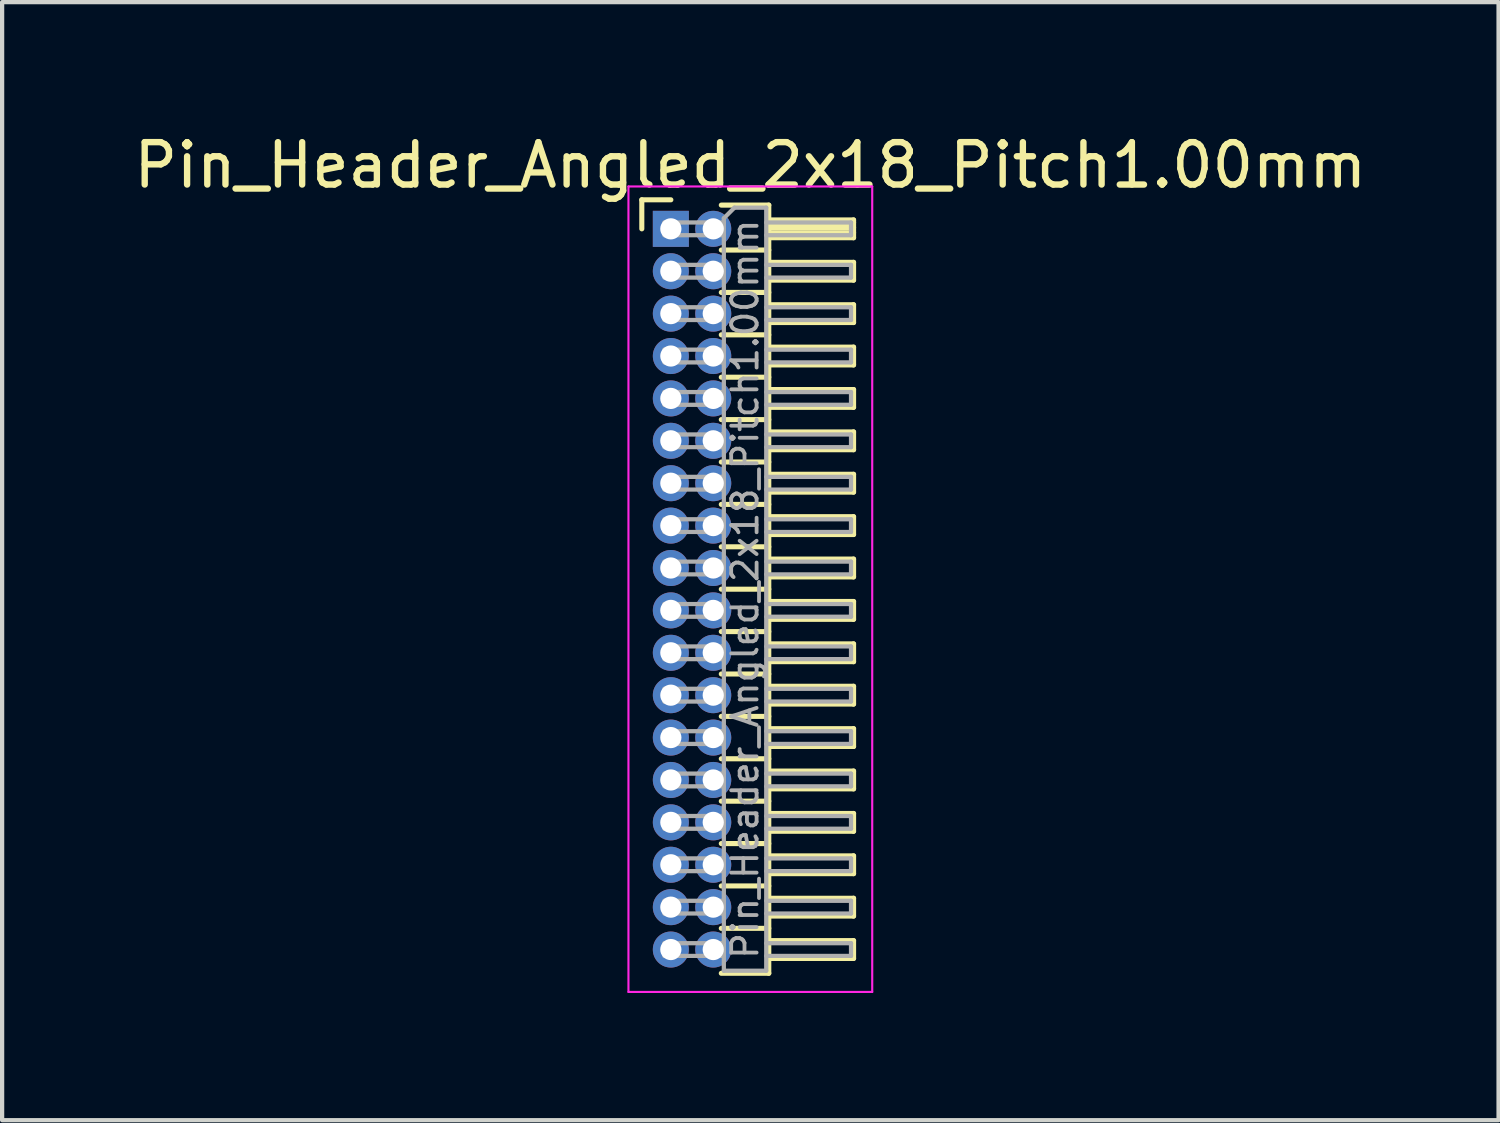
<source format=kicad_pcb>
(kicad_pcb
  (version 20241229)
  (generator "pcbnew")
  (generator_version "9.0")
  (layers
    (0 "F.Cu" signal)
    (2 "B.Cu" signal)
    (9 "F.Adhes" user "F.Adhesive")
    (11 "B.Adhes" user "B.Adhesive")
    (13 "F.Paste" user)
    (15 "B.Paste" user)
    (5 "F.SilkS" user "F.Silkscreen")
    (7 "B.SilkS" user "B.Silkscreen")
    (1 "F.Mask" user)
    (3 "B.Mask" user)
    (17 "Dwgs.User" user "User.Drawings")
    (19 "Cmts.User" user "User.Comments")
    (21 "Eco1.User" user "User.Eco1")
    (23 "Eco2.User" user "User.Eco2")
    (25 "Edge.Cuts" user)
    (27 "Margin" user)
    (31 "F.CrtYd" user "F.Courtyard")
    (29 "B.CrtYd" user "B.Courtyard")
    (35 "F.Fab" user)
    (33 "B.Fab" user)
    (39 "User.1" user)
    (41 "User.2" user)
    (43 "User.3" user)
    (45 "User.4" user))
  (footprint "Pin_Header_Angled_2x18_Pitch1.00mm"
    (layer "F.Cu")
    (at 12.774 2.348)
    (property "Reference" "Pin_Header_Angled_2x18_Pitch1.00mm" (at 1.875 -1.5 0) (layer "F.SilkS") (effects (font (size 1 1) (thickness 0.15))))
    (attr through_hole)
    (fp_line (start -0.685 -0.685) (end 0 -0.685) (stroke (width 0.12) (type solid)) (layer "F.SilkS"))
    (fp_line (start -0.685 0) (end -0.685 -0.685) (stroke (width 0.12) (type solid)) (layer "F.SilkS"))
    (fp_line (start 1.19 -0.56) (end 2.31 -0.56) (stroke (width 0.12) (type solid)) (layer "F.SilkS"))
    (fp_line (start 1.19 0.5) (end 2.31 0.5) (stroke (width 0.12) (type solid)) (layer "F.SilkS"))
    (fp_line (start 1.19 1.5) (end 2.31 1.5) (stroke (width 0.12) (type solid)) (layer "F.SilkS"))
    (fp_line (start 1.19 2.5) (end 2.31 2.5) (stroke (width 0.12) (type solid)) (layer "F.SilkS"))
    (fp_line (start 1.19 3.5) (end 2.31 3.5) (stroke (width 0.12) (type solid)) (layer "F.SilkS"))
    (fp_line (start 1.19 4.5) (end 2.31 4.5) (stroke (width 0.12) (type solid)) (layer "F.SilkS"))
    (fp_line (start 1.19 5.5) (end 2.31 5.5) (stroke (width 0.12) (type solid)) (layer "F.SilkS"))
    (fp_line (start 1.19 6.5) (end 2.31 6.5) (stroke (width 0.12) (type solid)) (layer "F.SilkS"))
    (fp_line (start 1.19 7.5) (end 2.31 7.5) (stroke (width 0.12) (type solid)) (layer "F.SilkS"))
    (fp_line (start 1.19 8.5) (end 2.31 8.5) (stroke (width 0.12) (type solid)) (layer "F.SilkS"))
    (fp_line (start 1.19 9.5) (end 2.31 9.5) (stroke (width 0.12) (type solid)) (layer "F.SilkS"))
    (fp_line (start 1.19 10.5) (end 2.31 10.5) (stroke (width 0.12) (type solid)) (layer "F.SilkS"))
    (fp_line (start 1.19 11.5) (end 2.31 11.5) (stroke (width 0.12) (type solid)) (layer "F.SilkS"))
    (fp_line (start 1.19 12.5) (end 2.31 12.5) (stroke (width 0.12) (type solid)) (layer "F.SilkS"))
    (fp_line (start 1.19 13.5) (end 2.31 13.5) (stroke (width 0.12) (type solid)) (layer "F.SilkS"))
    (fp_line (start 1.19 14.5) (end 2.31 14.5) (stroke (width 0.12) (type solid)) (layer "F.SilkS"))
    (fp_line (start 1.19 15.5) (end 2.31 15.5) (stroke (width 0.12) (type solid)) (layer "F.SilkS"))
    (fp_line (start 1.19 16.5) (end 2.31 16.5) (stroke (width 0.12) (type solid)) (layer "F.SilkS"))
    (fp_line (start 2.31 -0.56) (end 2.31 17.56) (stroke (width 0.12) (type solid)) (layer "F.SilkS"))
    (fp_line (start 2.31 -0.21) (end 4.31 -0.21) (stroke (width 0.12) (type solid)) (layer "F.SilkS"))
    (fp_line (start 2.31 -0.15) (end 4.31 -0.15) (stroke (width 0.12) (type solid)) (layer "F.SilkS"))
    (fp_line (start 2.31 -0.03) (end 4.31 -0.03) (stroke (width 0.12) (type solid)) (layer "F.SilkS"))
    (fp_line (start 2.31 0.09) (end 4.31 0.09) (stroke (width 0.12) (type solid)) (layer "F.SilkS"))
    (fp_line (start 2.31 0.79) (end 4.31 0.79) (stroke (width 0.12) (type solid)) (layer "F.SilkS"))
    (fp_line (start 2.31 1.79) (end 4.31 1.79) (stroke (width 0.12) (type solid)) (layer "F.SilkS"))
    (fp_line (start 2.31 2.79) (end 4.31 2.79) (stroke (width 0.12) (type solid)) (layer "F.SilkS"))
    (fp_line (start 2.31 3.79) (end 4.31 3.79) (stroke (width 0.12) (type solid)) (layer "F.SilkS"))
    (fp_line (start 2.31 4.79) (end 4.31 4.79) (stroke (width 0.12) (type solid)) (layer "F.SilkS"))
    (fp_line (start 2.31 5.79) (end 4.31 5.79) (stroke (width 0.12) (type solid)) (layer "F.SilkS"))
    (fp_line (start 2.31 6.79) (end 4.31 6.79) (stroke (width 0.12) (type solid)) (layer "F.SilkS"))
    (fp_line (start 2.31 7.79) (end 4.31 7.79) (stroke (width 0.12) (type solid)) (layer "F.SilkS"))
    (fp_line (start 2.31 8.79) (end 4.31 8.79) (stroke (width 0.12) (type solid)) (layer "F.SilkS"))
    (fp_line (start 2.31 9.79) (end 4.31 9.79) (stroke (width 0.12) (type solid)) (layer "F.SilkS"))
    (fp_line (start 2.31 10.79) (end 4.31 10.79) (stroke (width 0.12) (type solid)) (layer "F.SilkS"))
    (fp_line (start 2.31 11.79) (end 4.31 11.79) (stroke (width 0.12) (type solid)) (layer "F.SilkS"))
    (fp_line (start 2.31 12.79) (end 4.31 12.79) (stroke (width 0.12) (type solid)) (layer "F.SilkS"))
    (fp_line (start 2.31 13.79) (end 4.31 13.79) (stroke (width 0.12) (type solid)) (layer "F.SilkS"))
    (fp_line (start 2.31 14.79) (end 4.31 14.79) (stroke (width 0.12) (type solid)) (layer "F.SilkS"))
    (fp_line (start 2.31 15.79) (end 4.31 15.79) (stroke (width 0.12) (type solid)) (layer "F.SilkS"))
    (fp_line (start 2.31 16.79) (end 4.31 16.79) (stroke (width 0.12) (type solid)) (layer "F.SilkS"))
    (fp_line (start 2.31 17.56) (end 1.19 17.56) (stroke (width 0.12) (type solid)) (layer "F.SilkS"))
    (fp_line (start 4.31 -0.21) (end 4.31 0.21) (stroke (width 0.12) (type solid)) (layer "F.SilkS"))
    (fp_line (start 4.31 0.21) (end 2.31 0.21) (stroke (width 0.12) (type solid)) (layer "F.SilkS"))
    (fp_line (start 4.31 0.79) (end 4.31 1.21) (stroke (width 0.12) (type solid)) (layer "F.SilkS"))
    (fp_line (start 4.31 1.21) (end 2.31 1.21) (stroke (width 0.12) (type solid)) (layer "F.SilkS"))
    (fp_line (start 4.31 1.79) (end 4.31 2.21) (stroke (width 0.12) (type solid)) (layer "F.SilkS"))
    (fp_line (start 4.31 2.21) (end 2.31 2.21) (stroke (width 0.12) (type solid)) (layer "F.SilkS"))
    (fp_line (start 4.31 2.79) (end 4.31 3.21) (stroke (width 0.12) (type solid)) (layer "F.SilkS"))
    (fp_line (start 4.31 3.21) (end 2.31 3.21) (stroke (width 0.12) (type solid)) (layer "F.SilkS"))
    (fp_line (start 4.31 3.79) (end 4.31 4.21) (stroke (width 0.12) (type solid)) (layer "F.SilkS"))
    (fp_line (start 4.31 4.21) (end 2.31 4.21) (stroke (width 0.12) (type solid)) (layer "F.SilkS"))
    (fp_line (start 4.31 4.79) (end 4.31 5.21) (stroke (width 0.12) (type solid)) (layer "F.SilkS"))
    (fp_line (start 4.31 5.21) (end 2.31 5.21) (stroke (width 0.12) (type solid)) (layer "F.SilkS"))
    (fp_line (start 4.31 5.79) (end 4.31 6.21) (stroke (width 0.12) (type solid)) (layer "F.SilkS"))
    (fp_line (start 4.31 6.21) (end 2.31 6.21) (stroke (width 0.12) (type solid)) (layer "F.SilkS"))
    (fp_line (start 4.31 6.79) (end 4.31 7.21) (stroke (width 0.12) (type solid)) (layer "F.SilkS"))
    (fp_line (start 4.31 7.21) (end 2.31 7.21) (stroke (width 0.12) (type solid)) (layer "F.SilkS"))
    (fp_line (start 4.31 7.79) (end 4.31 8.21) (stroke (width 0.12) (type solid)) (layer "F.SilkS"))
    (fp_line (start 4.31 8.21) (end 2.31 8.21) (stroke (width 0.12) (type solid)) (layer "F.SilkS"))
    (fp_line (start 4.31 8.79) (end 4.31 9.21) (stroke (width 0.12) (type solid)) (layer "F.SilkS"))
    (fp_line (start 4.31 9.21) (end 2.31 9.21) (stroke (width 0.12) (type solid)) (layer "F.SilkS"))
    (fp_line (start 4.31 9.79) (end 4.31 10.21) (stroke (width 0.12) (type solid)) (layer "F.SilkS"))
    (fp_line (start 4.31 10.21) (end 2.31 10.21) (stroke (width 0.12) (type solid)) (layer "F.SilkS"))
    (fp_line (start 4.31 10.79) (end 4.31 11.21) (stroke (width 0.12) (type solid)) (layer "F.SilkS"))
    (fp_line (start 4.31 11.21) (end 2.31 11.21) (stroke (width 0.12) (type solid)) (layer "F.SilkS"))
    (fp_line (start 4.31 11.79) (end 4.31 12.21) (stroke (width 0.12) (type solid)) (layer "F.SilkS"))
    (fp_line (start 4.31 12.21) (end 2.31 12.21) (stroke (width 0.12) (type solid)) (layer "F.SilkS"))
    (fp_line (start 4.31 12.79) (end 4.31 13.21) (stroke (width 0.12) (type solid)) (layer "F.SilkS"))
    (fp_line (start 4.31 13.21) (end 2.31 13.21) (stroke (width 0.12) (type solid)) (layer "F.SilkS"))
    (fp_line (start 4.31 13.79) (end 4.31 14.21) (stroke (width 0.12) (type solid)) (layer "F.SilkS"))
    (fp_line (start 4.31 14.21) (end 2.31 14.21) (stroke (width 0.12) (type solid)) (layer "F.SilkS"))
    (fp_line (start 4.31 14.79) (end 4.31 15.21) (stroke (width 0.12) (type solid)) (layer "F.SilkS"))
    (fp_line (start 4.31 15.21) (end 2.31 15.21) (stroke (width 0.12) (type solid)) (layer "F.SilkS"))
    (fp_line (start 4.31 15.79) (end 4.31 16.21) (stroke (width 0.12) (type solid)) (layer "F.SilkS"))
    (fp_line (start 4.31 16.21) (end 2.31 16.21) (stroke (width 0.12) (type solid)) (layer "F.SilkS"))
    (fp_line (start 4.31 16.79) (end 4.31 17.21) (stroke (width 0.12) (type solid)) (layer "F.SilkS"))
    (fp_line (start 4.31 17.21) (end 2.31 17.21) (stroke (width 0.12) (type solid)) (layer "F.SilkS"))
    (fp_line (start -1 -1) (end -1 18) (stroke (width 0.05) (type solid)) (layer "F.CrtYd"))
    (fp_line (start -1 18) (end 4.75 18) (stroke (width 0.05) (type solid)) (layer "F.CrtYd"))
    (fp_line (start 4.75 -1) (end -1 -1) (stroke (width 0.05) (type solid)) (layer "F.CrtYd"))
    (fp_line (start 4.75 18) (end 4.75 -1) (stroke (width 0.05) (type solid)) (layer "F.CrtYd"))
    (fp_line (start -0.15 -0.15) (end -0.15 0.15) (stroke (width 0.1) (type solid)) (layer "F.Fab"))
    (fp_line (start -0.15 -0.15) (end 1.25 -0.15) (stroke (width 0.1) (type solid)) (layer "F.Fab"))
    (fp_line (start -0.15 0.15) (end 1.25 0.15) (stroke (width 0.1) (type solid)) (layer "F.Fab"))
    (fp_line (start -0.15 0.85) (end -0.15 1.15) (stroke (width 0.1) (type solid)) (layer "F.Fab"))
    (fp_line (start -0.15 0.85) (end 1.25 0.85) (stroke (width 0.1) (type solid)) (layer "F.Fab"))
    (fp_line (start -0.15 1.15) (end 1.25 1.15) (stroke (width 0.1) (type solid)) (layer "F.Fab"))
    (fp_line (start -0.15 1.85) (end -0.15 2.15) (stroke (width 0.1) (type solid)) (layer "F.Fab"))
    (fp_line (start -0.15 1.85) (end 1.25 1.85) (stroke (width 0.1) (type solid)) (layer "F.Fab"))
    (fp_line (start -0.15 2.15) (end 1.25 2.15) (stroke (width 0.1) (type solid)) (layer "F.Fab"))
    (fp_line (start -0.15 2.85) (end -0.15 3.15) (stroke (width 0.1) (type solid)) (layer "F.Fab"))
    (fp_line (start -0.15 2.85) (end 1.25 2.85) (stroke (width 0.1) (type solid)) (layer "F.Fab"))
    (fp_line (start -0.15 3.15) (end 1.25 3.15) (stroke (width 0.1) (type solid)) (layer "F.Fab"))
    (fp_line (start -0.15 3.85) (end -0.15 4.15) (stroke (width 0.1) (type solid)) (layer "F.Fab"))
    (fp_line (start -0.15 3.85) (end 1.25 3.85) (stroke (width 0.1) (type solid)) (layer "F.Fab"))
    (fp_line (start -0.15 4.15) (end 1.25 4.15) (stroke (width 0.1) (type solid)) (layer "F.Fab"))
    (fp_line (start -0.15 4.85) (end -0.15 5.15) (stroke (width 0.1) (type solid)) (layer "F.Fab"))
    (fp_line (start -0.15 4.85) (end 1.25 4.85) (stroke (width 0.1) (type solid)) (layer "F.Fab"))
    (fp_line (start -0.15 5.15) (end 1.25 5.15) (stroke (width 0.1) (type solid)) (layer "F.Fab"))
    (fp_line (start -0.15 5.85) (end -0.15 6.15) (stroke (width 0.1) (type solid)) (layer "F.Fab"))
    (fp_line (start -0.15 5.85) (end 1.25 5.85) (stroke (width 0.1) (type solid)) (layer "F.Fab"))
    (fp_line (start -0.15 6.15) (end 1.25 6.15) (stroke (width 0.1) (type solid)) (layer "F.Fab"))
    (fp_line (start -0.15 6.85) (end -0.15 7.15) (stroke (width 0.1) (type solid)) (layer "F.Fab"))
    (fp_line (start -0.15 6.85) (end 1.25 6.85) (stroke (width 0.1) (type solid)) (layer "F.Fab"))
    (fp_line (start -0.15 7.15) (end 1.25 7.15) (stroke (width 0.1) (type solid)) (layer "F.Fab"))
    (fp_line (start -0.15 7.85) (end -0.15 8.15) (stroke (width 0.1) (type solid)) (layer "F.Fab"))
    (fp_line (start -0.15 7.85) (end 1.25 7.85) (stroke (width 0.1) (type solid)) (layer "F.Fab"))
    (fp_line (start -0.15 8.15) (end 1.25 8.15) (stroke (width 0.1) (type solid)) (layer "F.Fab"))
    (fp_line (start -0.15 8.85) (end -0.15 9.15) (stroke (width 0.1) (type solid)) (layer "F.Fab"))
    (fp_line (start -0.15 8.85) (end 1.25 8.85) (stroke (width 0.1) (type solid)) (layer "F.Fab"))
    (fp_line (start -0.15 9.15) (end 1.25 9.15) (stroke (width 0.1) (type solid)) (layer "F.Fab"))
    (fp_line (start -0.15 9.85) (end -0.15 10.15) (stroke (width 0.1) (type solid)) (layer "F.Fab"))
    (fp_line (start -0.15 9.85) (end 1.25 9.85) (stroke (width 0.1) (type solid)) (layer "F.Fab"))
    (fp_line (start -0.15 10.15) (end 1.25 10.15) (stroke (width 0.1) (type solid)) (layer "F.Fab"))
    (fp_line (start -0.15 10.85) (end -0.15 11.15) (stroke (width 0.1) (type solid)) (layer "F.Fab"))
    (fp_line (start -0.15 10.85) (end 1.25 10.85) (stroke (width 0.1) (type solid)) (layer "F.Fab"))
    (fp_line (start -0.15 11.15) (end 1.25 11.15) (stroke (width 0.1) (type solid)) (layer "F.Fab"))
    (fp_line (start -0.15 11.85) (end -0.15 12.15) (stroke (width 0.1) (type solid)) (layer "F.Fab"))
    (fp_line (start -0.15 11.85) (end 1.25 11.85) (stroke (width 0.1) (type solid)) (layer "F.Fab"))
    (fp_line (start -0.15 12.15) (end 1.25 12.15) (stroke (width 0.1) (type solid)) (layer "F.Fab"))
    (fp_line (start -0.15 12.85) (end -0.15 13.15) (stroke (width 0.1) (type solid)) (layer "F.Fab"))
    (fp_line (start -0.15 12.85) (end 1.25 12.85) (stroke (width 0.1) (type solid)) (layer "F.Fab"))
    (fp_line (start -0.15 13.15) (end 1.25 13.15) (stroke (width 0.1) (type solid)) (layer "F.Fab"))
    (fp_line (start -0.15 13.85) (end -0.15 14.15) (stroke (width 0.1) (type solid)) (layer "F.Fab"))
    (fp_line (start -0.15 13.85) (end 1.25 13.85) (stroke (width 0.1) (type solid)) (layer "F.Fab"))
    (fp_line (start -0.15 14.15) (end 1.25 14.15) (stroke (width 0.1) (type solid)) (layer "F.Fab"))
    (fp_line (start -0.15 14.85) (end -0.15 15.15) (stroke (width 0.1) (type solid)) (layer "F.Fab"))
    (fp_line (start -0.15 14.85) (end 1.25 14.85) (stroke (width 0.1) (type solid)) (layer "F.Fab"))
    (fp_line (start -0.15 15.15) (end 1.25 15.15) (stroke (width 0.1) (type solid)) (layer "F.Fab"))
    (fp_line (start -0.15 15.85) (end -0.15 16.15) (stroke (width 0.1) (type solid)) (layer "F.Fab"))
    (fp_line (start -0.15 15.85) (end 1.25 15.85) (stroke (width 0.1) (type solid)) (layer "F.Fab"))
    (fp_line (start -0.15 16.15) (end 1.25 16.15) (stroke (width 0.1) (type solid)) (layer "F.Fab"))
    (fp_line (start -0.15 16.85) (end -0.15 17.15) (stroke (width 0.1) (type solid)) (layer "F.Fab"))
    (fp_line (start -0.15 16.85) (end 1.25 16.85) (stroke (width 0.1) (type solid)) (layer "F.Fab"))
    (fp_line (start -0.15 17.15) (end 1.25 17.15) (stroke (width 0.1) (type solid)) (layer "F.Fab"))
    (fp_line (start 1.25 -0.25) (end 1.5 -0.5) (stroke (width 0.1) (type solid)) (layer "F.Fab"))
    (fp_line (start 1.25 17.5) (end 1.25 -0.25) (stroke (width 0.1) (type solid)) (layer "F.Fab"))
    (fp_line (start 1.5 -0.5) (end 2.25 -0.5) (stroke (width 0.1) (type solid)) (layer "F.Fab"))
    (fp_line (start 2.25 -0.5) (end 2.25 17.5) (stroke (width 0.1) (type solid)) (layer "F.Fab"))
    (fp_line (start 2.25 -0.15) (end 4.25 -0.15) (stroke (width 0.1) (type solid)) (layer "F.Fab"))
    (fp_line (start 2.25 0.15) (end 4.25 0.15) (stroke (width 0.1) (type solid)) (layer "F.Fab"))
    (fp_line (start 2.25 0.85) (end 4.25 0.85) (stroke (width 0.1) (type solid)) (layer "F.Fab"))
    (fp_line (start 2.25 1.15) (end 4.25 1.15) (stroke (width 0.1) (type solid)) (layer "F.Fab"))
    (fp_line (start 2.25 1.85) (end 4.25 1.85) (stroke (width 0.1) (type solid)) (layer "F.Fab"))
    (fp_line (start 2.25 2.15) (end 4.25 2.15) (stroke (width 0.1) (type solid)) (layer "F.Fab"))
    (fp_line (start 2.25 2.85) (end 4.25 2.85) (stroke (width 0.1) (type solid)) (layer "F.Fab"))
    (fp_line (start 2.25 3.15) (end 4.25 3.15) (stroke (width 0.1) (type solid)) (layer "F.Fab"))
    (fp_line (start 2.25 3.85) (end 4.25 3.85) (stroke (width 0.1) (type solid)) (layer "F.Fab"))
    (fp_line (start 2.25 4.15) (end 4.25 4.15) (stroke (width 0.1) (type solid)) (layer "F.Fab"))
    (fp_line (start 2.25 4.85) (end 4.25 4.85) (stroke (width 0.1) (type solid)) (layer "F.Fab"))
    (fp_line (start 2.25 5.15) (end 4.25 5.15) (stroke (width 0.1) (type solid)) (layer "F.Fab"))
    (fp_line (start 2.25 5.85) (end 4.25 5.85) (stroke (width 0.1) (type solid)) (layer "F.Fab"))
    (fp_line (start 2.25 6.15) (end 4.25 6.15) (stroke (width 0.1) (type solid)) (layer "F.Fab"))
    (fp_line (start 2.25 6.85) (end 4.25 6.85) (stroke (width 0.1) (type solid)) (layer "F.Fab"))
    (fp_line (start 2.25 7.15) (end 4.25 7.15) (stroke (width 0.1) (type solid)) (layer "F.Fab"))
    (fp_line (start 2.25 7.85) (end 4.25 7.85) (stroke (width 0.1) (type solid)) (layer "F.Fab"))
    (fp_line (start 2.25 8.15) (end 4.25 8.15) (stroke (width 0.1) (type solid)) (layer "F.Fab"))
    (fp_line (start 2.25 8.85) (end 4.25 8.85) (stroke (width 0.1) (type solid)) (layer "F.Fab"))
    (fp_line (start 2.25 9.15) (end 4.25 9.15) (stroke (width 0.1) (type solid)) (layer "F.Fab"))
    (fp_line (start 2.25 9.85) (end 4.25 9.85) (stroke (width 0.1) (type solid)) (layer "F.Fab"))
    (fp_line (start 2.25 10.15) (end 4.25 10.15) (stroke (width 0.1) (type solid)) (layer "F.Fab"))
    (fp_line (start 2.25 10.85) (end 4.25 10.85) (stroke (width 0.1) (type solid)) (layer "F.Fab"))
    (fp_line (start 2.25 11.15) (end 4.25 11.15) (stroke (width 0.1) (type solid)) (layer "F.Fab"))
    (fp_line (start 2.25 11.85) (end 4.25 11.85) (stroke (width 0.1) (type solid)) (layer "F.Fab"))
    (fp_line (start 2.25 12.15) (end 4.25 12.15) (stroke (width 0.1) (type solid)) (layer "F.Fab"))
    (fp_line (start 2.25 12.85) (end 4.25 12.85) (stroke (width 0.1) (type solid)) (layer "F.Fab"))
    (fp_line (start 2.25 13.15) (end 4.25 13.15) (stroke (width 0.1) (type solid)) (layer "F.Fab"))
    (fp_line (start 2.25 13.85) (end 4.25 13.85) (stroke (width 0.1) (type solid)) (layer "F.Fab"))
    (fp_line (start 2.25 14.15) (end 4.25 14.15) (stroke (width 0.1) (type solid)) (layer "F.Fab"))
    (fp_line (start 2.25 14.85) (end 4.25 14.85) (stroke (width 0.1) (type solid)) (layer "F.Fab"))
    (fp_line (start 2.25 15.15) (end 4.25 15.15) (stroke (width 0.1) (type solid)) (layer "F.Fab"))
    (fp_line (start 2.25 15.85) (end 4.25 15.85) (stroke (width 0.1) (type solid)) (layer "F.Fab"))
    (fp_line (start 2.25 16.15) (end 4.25 16.15) (stroke (width 0.1) (type solid)) (layer "F.Fab"))
    (fp_line (start 2.25 16.85) (end 4.25 16.85) (stroke (width 0.1) (type solid)) (layer "F.Fab"))
    (fp_line (start 2.25 17.15) (end 4.25 17.15) (stroke (width 0.1) (type solid)) (layer "F.Fab"))
    (fp_line (start 2.25 17.5) (end 1.25 17.5) (stroke (width 0.1) (type solid)) (layer "F.Fab"))
    (fp_line (start 4.25 -0.15) (end 4.25 0.15) (stroke (width 0.1) (type solid)) (layer "F.Fab"))
    (fp_line (start 4.25 0.85) (end 4.25 1.15) (stroke (width 0.1) (type solid)) (layer "F.Fab"))
    (fp_line (start 4.25 1.85) (end 4.25 2.15) (stroke (width 0.1) (type solid)) (layer "F.Fab"))
    (fp_line (start 4.25 2.85) (end 4.25 3.15) (stroke (width 0.1) (type solid)) (layer "F.Fab"))
    (fp_line (start 4.25 3.85) (end 4.25 4.15) (stroke (width 0.1) (type solid)) (layer "F.Fab"))
    (fp_line (start 4.25 4.85) (end 4.25 5.15) (stroke (width 0.1) (type solid)) (layer "F.Fab"))
    (fp_line (start 4.25 5.85) (end 4.25 6.15) (stroke (width 0.1) (type solid)) (layer "F.Fab"))
    (fp_line (start 4.25 6.85) (end 4.25 7.15) (stroke (width 0.1) (type solid)) (layer "F.Fab"))
    (fp_line (start 4.25 7.85) (end 4.25 8.15) (stroke (width 0.1) (type solid)) (layer "F.Fab"))
    (fp_line (start 4.25 8.85) (end 4.25 9.15) (stroke (width 0.1) (type solid)) (layer "F.Fab"))
    (fp_line (start 4.25 9.85) (end 4.25 10.15) (stroke (width 0.1) (type solid)) (layer "F.Fab"))
    (fp_line (start 4.25 10.85) (end 4.25 11.15) (stroke (width 0.1) (type solid)) (layer "F.Fab"))
    (fp_line (start 4.25 11.85) (end 4.25 12.15) (stroke (width 0.1) (type solid)) (layer "F.Fab"))
    (fp_line (start 4.25 12.85) (end 4.25 13.15) (stroke (width 0.1) (type solid)) (layer "F.Fab"))
    (fp_line (start 4.25 13.85) (end 4.25 14.15) (stroke (width 0.1) (type solid)) (layer "F.Fab"))
    (fp_line (start 4.25 14.85) (end 4.25 15.15) (stroke (width 0.1) (type solid)) (layer "F.Fab"))
    (fp_line (start 4.25 15.85) (end 4.25 16.15) (stroke (width 0.1) (type solid)) (layer "F.Fab"))
    (fp_line (start 4.25 16.85) (end 4.25 17.15) (stroke (width 0.1) (type solid)) (layer "F.Fab"))
    (fp_text user "${REFERENCE}" (at 1.75 8.5 90) (layer "F.Fab") (effects (font (size 0.6 0.6) (thickness 0.09))))
    (pad "1" thru_hole rect (at 0 0) (size 0.85 0.85) (drill 0.5) (layers "*.Cu" "*.Mask"))
    (pad "2" thru_hole oval (at 1 0) (size 0.85 0.85) (drill 0.5) (layers "*.Cu" "*.Mask"))
    (pad "3" thru_hole oval (at 0 1) (size 0.85 0.85) (drill 0.5) (layers "*.Cu" "*.Mask"))
    (pad "4" thru_hole oval (at 1 1) (size 0.85 0.85) (drill 0.5) (layers "*.Cu" "*.Mask"))
    (pad "5" thru_hole oval (at 0 2) (size 0.85 0.85) (drill 0.5) (layers "*.Cu" "*.Mask"))
    (pad "6" thru_hole oval (at 1 2) (size 0.85 0.85) (drill 0.5) (layers "*.Cu" "*.Mask"))
    (pad "7" thru_hole oval (at 0 3) (size 0.85 0.85) (drill 0.5) (layers "*.Cu" "*.Mask"))
    (pad "8" thru_hole oval (at 1 3) (size 0.85 0.85) (drill 0.5) (layers "*.Cu" "*.Mask"))
    (pad "9" thru_hole oval (at 0 4) (size 0.85 0.85) (drill 0.5) (layers "*.Cu" "*.Mask"))
    (pad "10" thru_hole oval (at 1 4) (size 0.85 0.85) (drill 0.5) (layers "*.Cu" "*.Mask"))
    (pad "11" thru_hole oval (at 0 5) (size 0.85 0.85) (drill 0.5) (layers "*.Cu" "*.Mask"))
    (pad "12" thru_hole oval (at 1 5) (size 0.85 0.85) (drill 0.5) (layers "*.Cu" "*.Mask"))
    (pad "13" thru_hole oval (at 0 6) (size 0.85 0.85) (drill 0.5) (layers "*.Cu" "*.Mask"))
    (pad "14" thru_hole oval (at 1 6) (size 0.85 0.85) (drill 0.5) (layers "*.Cu" "*.Mask"))
    (pad "15" thru_hole oval (at 0 7) (size 0.85 0.85) (drill 0.5) (layers "*.Cu" "*.Mask"))
    (pad "16" thru_hole oval (at 1 7) (size 0.85 0.85) (drill 0.5) (layers "*.Cu" "*.Mask"))
    (pad "17" thru_hole oval (at 0 8) (size 0.85 0.85) (drill 0.5) (layers "*.Cu" "*.Mask"))
    (pad "18" thru_hole oval (at 1 8) (size 0.85 0.85) (drill 0.5) (layers "*.Cu" "*.Mask"))
    (pad "19" thru_hole oval (at 0 9) (size 0.85 0.85) (drill 0.5) (layers "*.Cu" "*.Mask"))
    (pad "20" thru_hole oval (at 1 9) (size 0.85 0.85) (drill 0.5) (layers "*.Cu" "*.Mask"))
    (pad "21" thru_hole oval (at 0 10) (size 0.85 0.85) (drill 0.5) (layers "*.Cu" "*.Mask"))
    (pad "22" thru_hole oval (at 1 10) (size 0.85 0.85) (drill 0.5) (layers "*.Cu" "*.Mask"))
    (pad "23" thru_hole oval (at 0 11) (size 0.85 0.85) (drill 0.5) (layers "*.Cu" "*.Mask"))
    (pad "24" thru_hole oval (at 1 11) (size 0.85 0.85) (drill 0.5) (layers "*.Cu" "*.Mask"))
    (pad "25" thru_hole oval (at 0 12) (size 0.85 0.85) (drill 0.5) (layers "*.Cu" "*.Mask"))
    (pad "26" thru_hole oval (at 1 12) (size 0.85 0.85) (drill 0.5) (layers "*.Cu" "*.Mask"))
    (pad "27" thru_hole oval (at 0 13) (size 0.85 0.85) (drill 0.5) (layers "*.Cu" "*.Mask"))
    (pad "28" thru_hole oval (at 1 13) (size 0.85 0.85) (drill 0.5) (layers "*.Cu" "*.Mask"))
    (pad "29" thru_hole oval (at 0 14) (size 0.85 0.85) (drill 0.5) (layers "*.Cu" "*.Mask"))
    (pad "30" thru_hole oval (at 1 14) (size 0.85 0.85) (drill 0.5) (layers "*.Cu" "*.Mask"))
    (pad "31" thru_hole oval (at 0 15) (size 0.85 0.85) (drill 0.5) (layers "*.Cu" "*.Mask"))
    (pad "32" thru_hole oval (at 1 15) (size 0.85 0.85) (drill 0.5) (layers "*.Cu" "*.Mask"))
    (pad "33" thru_hole oval (at 0 16) (size 0.85 0.85) (drill 0.5) (layers "*.Cu" "*.Mask"))
    (pad "34" thru_hole oval (at 1 16) (size 0.85 0.85) (drill 0.5) (layers "*.Cu" "*.Mask"))
    (pad "35" thru_hole oval (at 0 17) (size 0.85 0.85) (drill 0.5) (layers "*.Cu" "*.Mask"))
    (pad "36" thru_hole oval (at 1 17) (size 0.85 0.85) (drill 0.5) (layers "*.Cu" "*.Mask")))
  (gr_rect
    (start -3 -3)
    (end 32.298 23.373)
    (stroke (width 0.1) (type default))
    (fill no)
    (layer "Edge.Cuts")))
</source>
